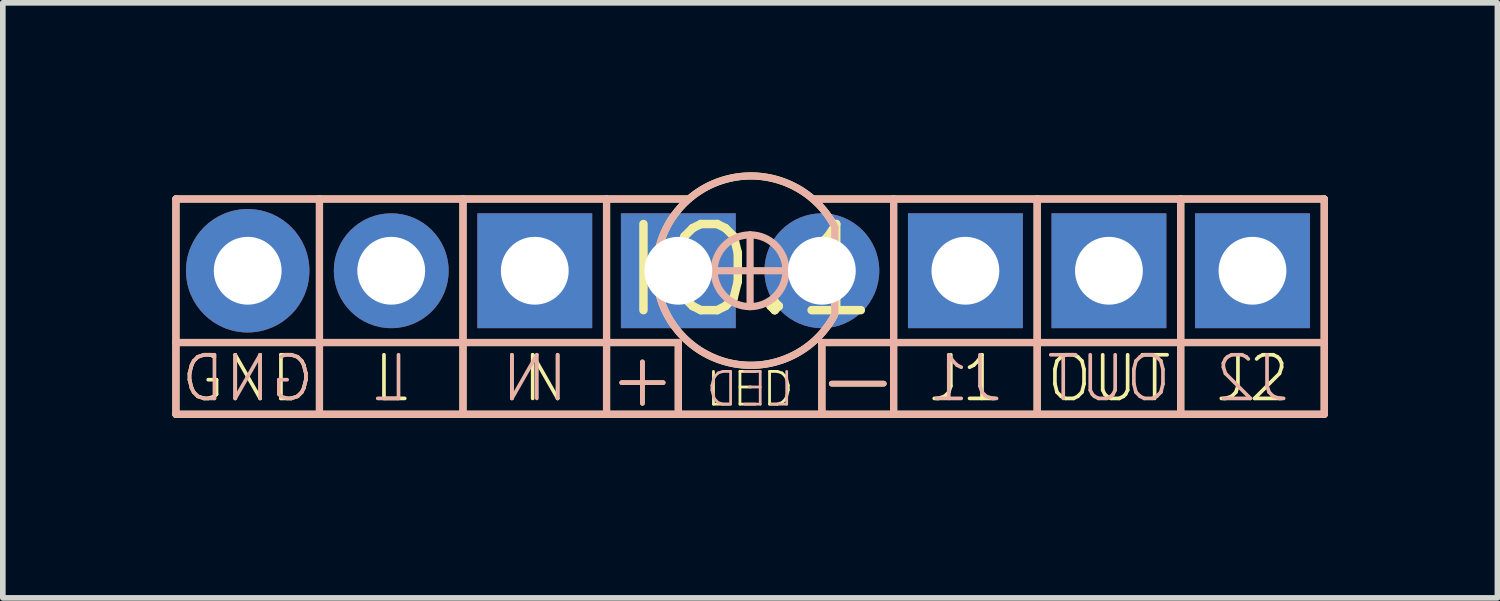
<source format=kicad_pcb>
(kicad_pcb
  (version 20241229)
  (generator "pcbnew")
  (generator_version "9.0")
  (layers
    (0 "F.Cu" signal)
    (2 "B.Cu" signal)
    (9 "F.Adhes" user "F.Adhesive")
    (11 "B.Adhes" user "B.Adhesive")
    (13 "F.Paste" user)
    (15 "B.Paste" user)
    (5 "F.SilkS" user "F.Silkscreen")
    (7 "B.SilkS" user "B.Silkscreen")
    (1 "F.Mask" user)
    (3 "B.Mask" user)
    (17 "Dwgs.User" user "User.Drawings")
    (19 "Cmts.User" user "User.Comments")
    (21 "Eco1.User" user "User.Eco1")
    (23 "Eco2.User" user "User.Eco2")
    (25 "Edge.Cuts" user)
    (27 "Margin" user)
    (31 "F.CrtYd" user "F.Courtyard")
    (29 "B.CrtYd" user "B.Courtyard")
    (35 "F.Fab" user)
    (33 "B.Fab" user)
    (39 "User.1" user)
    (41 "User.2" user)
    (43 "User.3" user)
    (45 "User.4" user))
  (footprint "IO.1"
    (layer "F.Cu")
    (at 10.223 1.741)
    (property "Reference" "IO.1" (at 0 0 0) (layer "F.SilkS") (effects (font (size 1.524 1.524) (thickness 0.15))))
    (attr through_hole)
    (fp_line (start -10.16 -1.27) (end -7.62 -1.27) (stroke (width 0.127) (type solid)) (layer "F.SilkS"))
    (fp_line (start -10.16 1.27) (end -10.16 -1.27) (stroke (width 0.127) (type solid)) (layer "F.SilkS"))
    (fp_line (start -10.16 1.27) (end -7.62 1.27) (stroke (width 0.127) (type solid)) (layer "F.SilkS"))
    (fp_line (start -10.16 2.54) (end -10.16 1.27) (stroke (width 0.127) (type solid)) (layer "F.SilkS"))
    (fp_line (start -7.62 -1.27) (end -7.62 1.27) (stroke (width 0.127) (type solid)) (layer "F.SilkS"))
    (fp_line (start -7.62 -1.27) (end -5.08 -1.27) (stroke (width 0.127) (type solid)) (layer "F.SilkS"))
    (fp_line (start -7.62 1.27) (end -7.62 2.54) (stroke (width 0.127) (type solid)) (layer "F.SilkS"))
    (fp_line (start -7.62 1.27) (end -5.08 1.27) (stroke (width 0.127) (type solid)) (layer "F.SilkS"))
    (fp_line (start -7.62 2.54) (end -10.16 2.54) (stroke (width 0.127) (type solid)) (layer "F.SilkS"))
    (fp_line (start -5.08 -1.27) (end -5.08 1.27) (stroke (width 0.127) (type solid)) (layer "F.SilkS"))
    (fp_line (start -5.08 -1.27) (end -2.54 -1.27) (stroke (width 0.127) (type solid)) (layer "F.SilkS"))
    (fp_line (start -5.08 1.27) (end -5.08 2.54) (stroke (width 0.127) (type solid)) (layer "F.SilkS"))
    (fp_line (start -5.08 1.27) (end -2.54 1.27) (stroke (width 0.127) (type solid)) (layer "F.SilkS"))
    (fp_line (start -5.08 2.54) (end -7.62 2.54) (stroke (width 0.127) (type solid)) (layer "F.SilkS"))
    (fp_line (start -2.54 1.27) (end -2.54 -1.27) (stroke (width 0.127) (type solid)) (layer "F.SilkS"))
    (fp_line (start -2.54 1.27) (end -1.27 1.27) (stroke (width 0.127) (type solid)) (layer "F.SilkS"))
    (fp_line (start -2.54 2.54) (end -5.08 2.54) (stroke (width 0.127) (type solid)) (layer "F.SilkS"))
    (fp_line (start -2.54 2.54) (end -2.54 1.27) (stroke (width 0.127) (type solid)) (layer "F.SilkS"))
    (fp_line (start -1.27 2.54) (end -2.54 2.54) (stroke (width 0.127) (type solid)) (layer "F.SilkS"))
    (fp_line (start -1.27 2.54) (end -1.27 1.27) (stroke (width 0.127) (type solid)) (layer "F.SilkS"))
    (fp_line (start -1.092 -1.27) (end -2.54 -1.27) (stroke (width 0.127) (type solid)) (layer "F.SilkS"))
    (fp_line (start 1.27 1.27) (end 2.54 1.27) (stroke (width 0.127) (type solid)) (layer "F.SilkS"))
    (fp_line (start 1.27 2.54) (end -1.27 2.54) (stroke (width 0.127) (type solid)) (layer "F.SilkS"))
    (fp_line (start 1.27 2.54) (end 1.27 1.27) (stroke (width 0.127) (type solid)) (layer "F.SilkS"))
    (fp_line (start 1.499 -0.762) (end 1.499 0.762) (stroke (width 0.127) (type solid)) (layer "F.SilkS"))
    (fp_line (start 2.54 -1.27) (end 1.118 -1.27) (stroke (width 0.127) (type solid)) (layer "F.SilkS"))
    (fp_line (start 2.54 -1.27) (end 2.54 1.27) (stroke (width 0.127) (type solid)) (layer "F.SilkS"))
    (fp_line (start 2.54 -1.27) (end 5.08 -1.27) (stroke (width 0.127) (type solid)) (layer "F.SilkS"))
    (fp_line (start 2.54 1.27) (end 2.54 2.54) (stroke (width 0.127) (type solid)) (layer "F.SilkS"))
    (fp_line (start 2.54 1.27) (end 5.08 1.27) (stroke (width 0.127) (type solid)) (layer "F.SilkS"))
    (fp_line (start 2.54 2.54) (end 1.27 2.54) (stroke (width 0.127) (type solid)) (layer "F.SilkS"))
    (fp_line (start 5.08 -1.27) (end 5.08 1.27) (stroke (width 0.127) (type solid)) (layer "F.SilkS"))
    (fp_line (start 5.08 -1.27) (end 7.62 -1.27) (stroke (width 0.127) (type solid)) (layer "F.SilkS"))
    (fp_line (start 5.08 1.27) (end 5.08 2.54) (stroke (width 0.127) (type solid)) (layer "F.SilkS"))
    (fp_line (start 5.08 1.27) (end 7.62 1.27) (stroke (width 0.127) (type solid)) (layer "F.SilkS"))
    (fp_line (start 5.08 2.54) (end 2.54 2.54) (stroke (width 0.127) (type solid)) (layer "F.SilkS"))
    (fp_line (start 7.62 -1.27) (end 7.62 1.27) (stroke (width 0.127) (type solid)) (layer "F.SilkS"))
    (fp_line (start 7.62 -1.27) (end 10.16 -1.27) (stroke (width 0.127) (type solid)) (layer "F.SilkS"))
    (fp_line (start 7.62 1.27) (end 7.62 2.54) (stroke (width 0.127) (type solid)) (layer "F.SilkS"))
    (fp_line (start 7.62 1.27) (end 10.16 1.27) (stroke (width 0.127) (type solid)) (layer "F.SilkS"))
    (fp_line (start 7.62 2.54) (end 5.08 2.54) (stroke (width 0.127) (type solid)) (layer "F.SilkS"))
    (fp_line (start 10.16 -1.27) (end 10.16 1.27) (stroke (width 0.127) (type solid)) (layer "F.SilkS"))
    (fp_line (start 10.16 1.27) (end 10.16 2.54) (stroke (width 0.127) (type solid)) (layer "F.SilkS"))
    (fp_line (start 10.16 2.54) (end 7.62 2.54) (stroke (width 0.127) (type solid)) (layer "F.SilkS"))
    (fp_arc (start 1.489069 0.791939) (mid -1.660963 -0.015389) (end 1.501275 -0.773497) (stroke (width 0.127) (type solid)) (layer "F.SilkS"))
    (fp_line (start -10.16 -1.27) (end -10.16 1.27) (stroke (width 0.127) (type solid)) (layer "B.SilkS"))
    (fp_line (start -10.16 1.27) (end -10.16 2.54) (stroke (width 0.127) (type solid)) (layer "B.SilkS"))
    (fp_line (start -10.16 2.54) (end -7.62 2.54) (stroke (width 0.127) (type solid)) (layer "B.SilkS"))
    (fp_line (start -7.62 -1.27) (end -10.16 -1.27) (stroke (width 0.127) (type solid)) (layer "B.SilkS"))
    (fp_line (start -7.62 -1.27) (end -7.62 1.27) (stroke (width 0.127) (type solid)) (layer "B.SilkS"))
    (fp_line (start -7.62 1.27) (end -10.16 1.27) (stroke (width 0.127) (type solid)) (layer "B.SilkS"))
    (fp_line (start -7.62 1.27) (end -7.62 2.54) (stroke (width 0.127) (type solid)) (layer "B.SilkS"))
    (fp_line (start -7.62 2.54) (end -5.08 2.54) (stroke (width 0.127) (type solid)) (layer "B.SilkS"))
    (fp_line (start -5.08 -1.27) (end -7.62 -1.27) (stroke (width 0.127) (type solid)) (layer "B.SilkS"))
    (fp_line (start -5.08 -1.27) (end -5.08 1.27) (stroke (width 0.127) (type solid)) (layer "B.SilkS"))
    (fp_line (start -5.08 1.27) (end -7.62 1.27) (stroke (width 0.127) (type solid)) (layer "B.SilkS"))
    (fp_line (start -5.08 1.27) (end -5.08 2.54) (stroke (width 0.127) (type solid)) (layer "B.SilkS"))
    (fp_line (start -5.08 2.54) (end -2.54 2.54) (stroke (width 0.127) (type solid)) (layer "B.SilkS"))
    (fp_line (start -2.54 -1.27) (end -5.08 -1.27) (stroke (width 0.127) (type solid)) (layer "B.SilkS"))
    (fp_line (start -2.54 -1.27) (end -2.54 1.27) (stroke (width 0.127) (type solid)) (layer "B.SilkS"))
    (fp_line (start -2.54 1.27) (end -5.08 1.27) (stroke (width 0.127) (type solid)) (layer "B.SilkS"))
    (fp_line (start -2.54 1.27) (end -2.54 2.54) (stroke (width 0.127) (type solid)) (layer "B.SilkS"))
    (fp_line (start -2.54 1.27) (end -1.27 1.27) (stroke (width 0.127) (type solid)) (layer "B.SilkS"))
    (fp_line (start -1.27 2.54) (end -2.54 2.54) (stroke (width 0.127) (type solid)) (layer "B.SilkS"))
    (fp_line (start -1.27 2.54) (end -1.27 1.27) (stroke (width 0.127) (type solid)) (layer "B.SilkS"))
    (fp_line (start -1.092 -1.27) (end -2.54 -1.27) (stroke (width 0.127) (type solid)) (layer "B.SilkS"))
    (fp_line (start -0.635 0) (end 0.635 0) (stroke (width 0.127) (type solid)) (layer "B.SilkS"))
    (fp_line (start 0 -0.635) (end 0 0.635) (stroke (width 0.127) (type solid)) (layer "B.SilkS"))
    (fp_line (start 1.27 1.27) (end 2.54 1.27) (stroke (width 0.127) (type solid)) (layer "B.SilkS"))
    (fp_line (start 1.27 2.54) (end -1.27 2.54) (stroke (width 0.127) (type solid)) (layer "B.SilkS"))
    (fp_line (start 1.27 2.54) (end 1.27 1.27) (stroke (width 0.127) (type solid)) (layer "B.SilkS"))
    (fp_line (start 1.499 -0.762) (end 1.499 0.762) (stroke (width 0.127) (type solid)) (layer "B.SilkS"))
    (fp_line (start 2.54 -1.27) (end 1.118 -1.27) (stroke (width 0.127) (type solid)) (layer "B.SilkS"))
    (fp_line (start 2.54 1.27) (end 2.54 -1.27) (stroke (width 0.127) (type solid)) (layer "B.SilkS"))
    (fp_line (start 2.54 2.54) (end 1.27 2.54) (stroke (width 0.127) (type solid)) (layer "B.SilkS"))
    (fp_line (start 2.54 2.54) (end 2.54 1.27) (stroke (width 0.127) (type solid)) (layer "B.SilkS"))
    (fp_line (start 2.54 2.54) (end 5.08 2.54) (stroke (width 0.127) (type solid)) (layer "B.SilkS"))
    (fp_line (start 5.08 -1.27) (end 2.54 -1.27) (stroke (width 0.127) (type solid)) (layer "B.SilkS"))
    (fp_line (start 5.08 -1.27) (end 5.08 1.27) (stroke (width 0.127) (type solid)) (layer "B.SilkS"))
    (fp_line (start 5.08 1.27) (end 2.54 1.27) (stroke (width 0.127) (type solid)) (layer "B.SilkS"))
    (fp_line (start 5.08 1.27) (end 5.08 2.54) (stroke (width 0.127) (type solid)) (layer "B.SilkS"))
    (fp_line (start 5.08 2.54) (end 7.62 2.54) (stroke (width 0.127) (type solid)) (layer "B.SilkS"))
    (fp_line (start 7.62 -1.27) (end 5.08 -1.27) (stroke (width 0.127) (type solid)) (layer "B.SilkS"))
    (fp_line (start 7.62 -1.27) (end 7.62 1.27) (stroke (width 0.127) (type solid)) (layer "B.SilkS"))
    (fp_line (start 7.62 1.27) (end 5.08 1.27) (stroke (width 0.127) (type solid)) (layer "B.SilkS"))
    (fp_line (start 7.62 1.27) (end 7.62 2.54) (stroke (width 0.127) (type solid)) (layer "B.SilkS"))
    (fp_line (start 7.62 2.54) (end 10.16 2.54) (stroke (width 0.127) (type solid)) (layer "B.SilkS"))
    (fp_line (start 10.16 -1.27) (end 7.62 -1.27) (stroke (width 0.127) (type solid)) (layer "B.SilkS"))
    (fp_line (start 10.16 1.27) (end 7.62 1.27) (stroke (width 0.127) (type solid)) (layer "B.SilkS"))
    (fp_line (start 10.16 1.27) (end 10.16 -1.27) (stroke (width 0.127) (type solid)) (layer "B.SilkS"))
    (fp_line (start 10.16 2.54) (end 10.16 1.27) (stroke (width 0.127) (type solid)) (layer "B.SilkS"))
    (fp_arc (start 1.489069 0.791939) (mid -1.660963 -0.015389) (end 1.501275 -0.773497) (stroke (width 0.127) (type solid)) (layer "B.SilkS"))
    (fp_circle (center 0 0) (end 0.635 0) (stroke (width 0.127) (type solid)) (fill no) (layer "B.SilkS"))
    (fp_text user "GND" (at -8.89 1.905 0) (layer "F.SilkS") (effects (font (size 0.772 0.772) (thickness 0.065))))
    (fp_text user "J2" (at 8.89 1.905 0) (layer "F.SilkS") (effects (font (size 0.772 0.772) (thickness 0.065))))
    (fp_text user "IN" (at -3.81 1.905 0) (layer "F.SilkS") (effects (font (size 0.772 0.772) (thickness 0.065))))
    (fp_text user "LED" (at 0 2.095 0) (layer "F.SilkS") (effects (font (size 0.579 0.579) (thickness 0.049))))
    (fp_text user "J1" (at 3.81 1.905 0) (layer "F.SilkS") (effects (font (size 0.772 0.772) (thickness 0.065))))
    (fp_text user "+" (at -1.905 1.905 0) (layer "F.SilkS") (effects (font (size 0.965 0.965) (thickness 0.081))))
    (fp_text user "-" (at 1.905 1.905 0) (layer "F.SilkS") (effects (font (size 1.206 1.206) (thickness 0.102))))
    (fp_text user "L" (at -6.35 1.905 0) (layer "F.SilkS") (effects (font (size 0.772 0.772) (thickness 0.065))))
    (fp_text user "OUT" (at 6.35 1.905 0) (layer "F.SilkS") (effects (font (size 0.772 0.772) (thickness 0.065))))
    (fp_text user "J2" (at 8.89 1.905 0) (layer "B.SilkS") (effects (font (size 0.772 0.772) (thickness 0.065)) (justify mirror)))
    (fp_text user "-" (at 1.905 1.905 0) (layer "B.SilkS") (effects (font (size 1.206 1.206) (thickness 0.102)) (justify mirror)))
    (fp_text user "GND" (at -8.89 1.905 0) (layer "B.SilkS") (effects (font (size 0.772 0.772) (thickness 0.065)) (justify mirror)))
    (fp_text user "L" (at -6.35 1.905 0) (layer "B.SilkS") (effects (font (size 0.772 0.772) (thickness 0.065)) (justify mirror)))
    (fp_text user "IN" (at -3.81 1.905 0) (layer "B.SilkS") (effects (font (size 0.772 0.772) (thickness 0.065)) (justify mirror)))
    (fp_text user "LED" (at 0 2.095 0) (layer "B.SilkS") (effects (font (size 0.579 0.579) (thickness 0.049)) (justify mirror)))
    (fp_text user "J1" (at 3.81 1.905 0) (layer "B.SilkS") (effects (font (size 0.772 0.772) (thickness 0.065)) (justify mirror)))
    (fp_text user "OUT" (at 6.35 1.905 0) (layer "B.SilkS") (effects (font (size 0.772 0.772) (thickness 0.065)) (justify mirror)))
    (fp_text user "+" (at -1.905 1.905 0) (layer "B.SilkS") (effects (font (size 0.965 0.965) (thickness 0.081)) (justify mirror)))
    (pad "+" thru_hole rect (at -1.27 0) (size 2.032 2.032) (drill 1.2) (layers "*.Cu" "*.Mask"))
    (pad "-" thru_hole oval (at 1.27 0) (size 2.032 2.032) (drill 1.2) (layers "*.Cu" "*.Mask"))
    (pad "G" thru_hole oval (at -8.89 0) (size 2.184 2.184) (drill 1.2) (layers "*.Cu" "*.Mask"))
    (pad "IN" thru_hole rect (at -3.81 0) (size 2.032 2.032) (drill 1.2) (layers "*.Cu" "*.Mask"))
    (pad "J1" thru_hole rect (at 3.81 0) (size 2.032 2.032) (drill 1.2) (layers "*.Cu" "*.Mask"))
    (pad "J2" thru_hole rect (at 8.89 0) (size 2.032 2.032) (drill 1.2) (layers "*.Cu" "*.Mask"))
    (pad "OUT" thru_hole rect (at 6.35 0) (size 2.032 2.032) (drill 1.2) (layers "*.Cu" "*.Mask"))
    (pad "SW" thru_hole oval (at -6.35 0) (size 2.032 2.032) (drill 1.2) (layers "*.Cu" "*.Mask")))
  (gr_rect
    (start -3 -3)
    (end 23.447 7.53)
    (stroke (width 0.1) (type default))
    (fill no)
    (layer "Edge.Cuts")))
</source>
